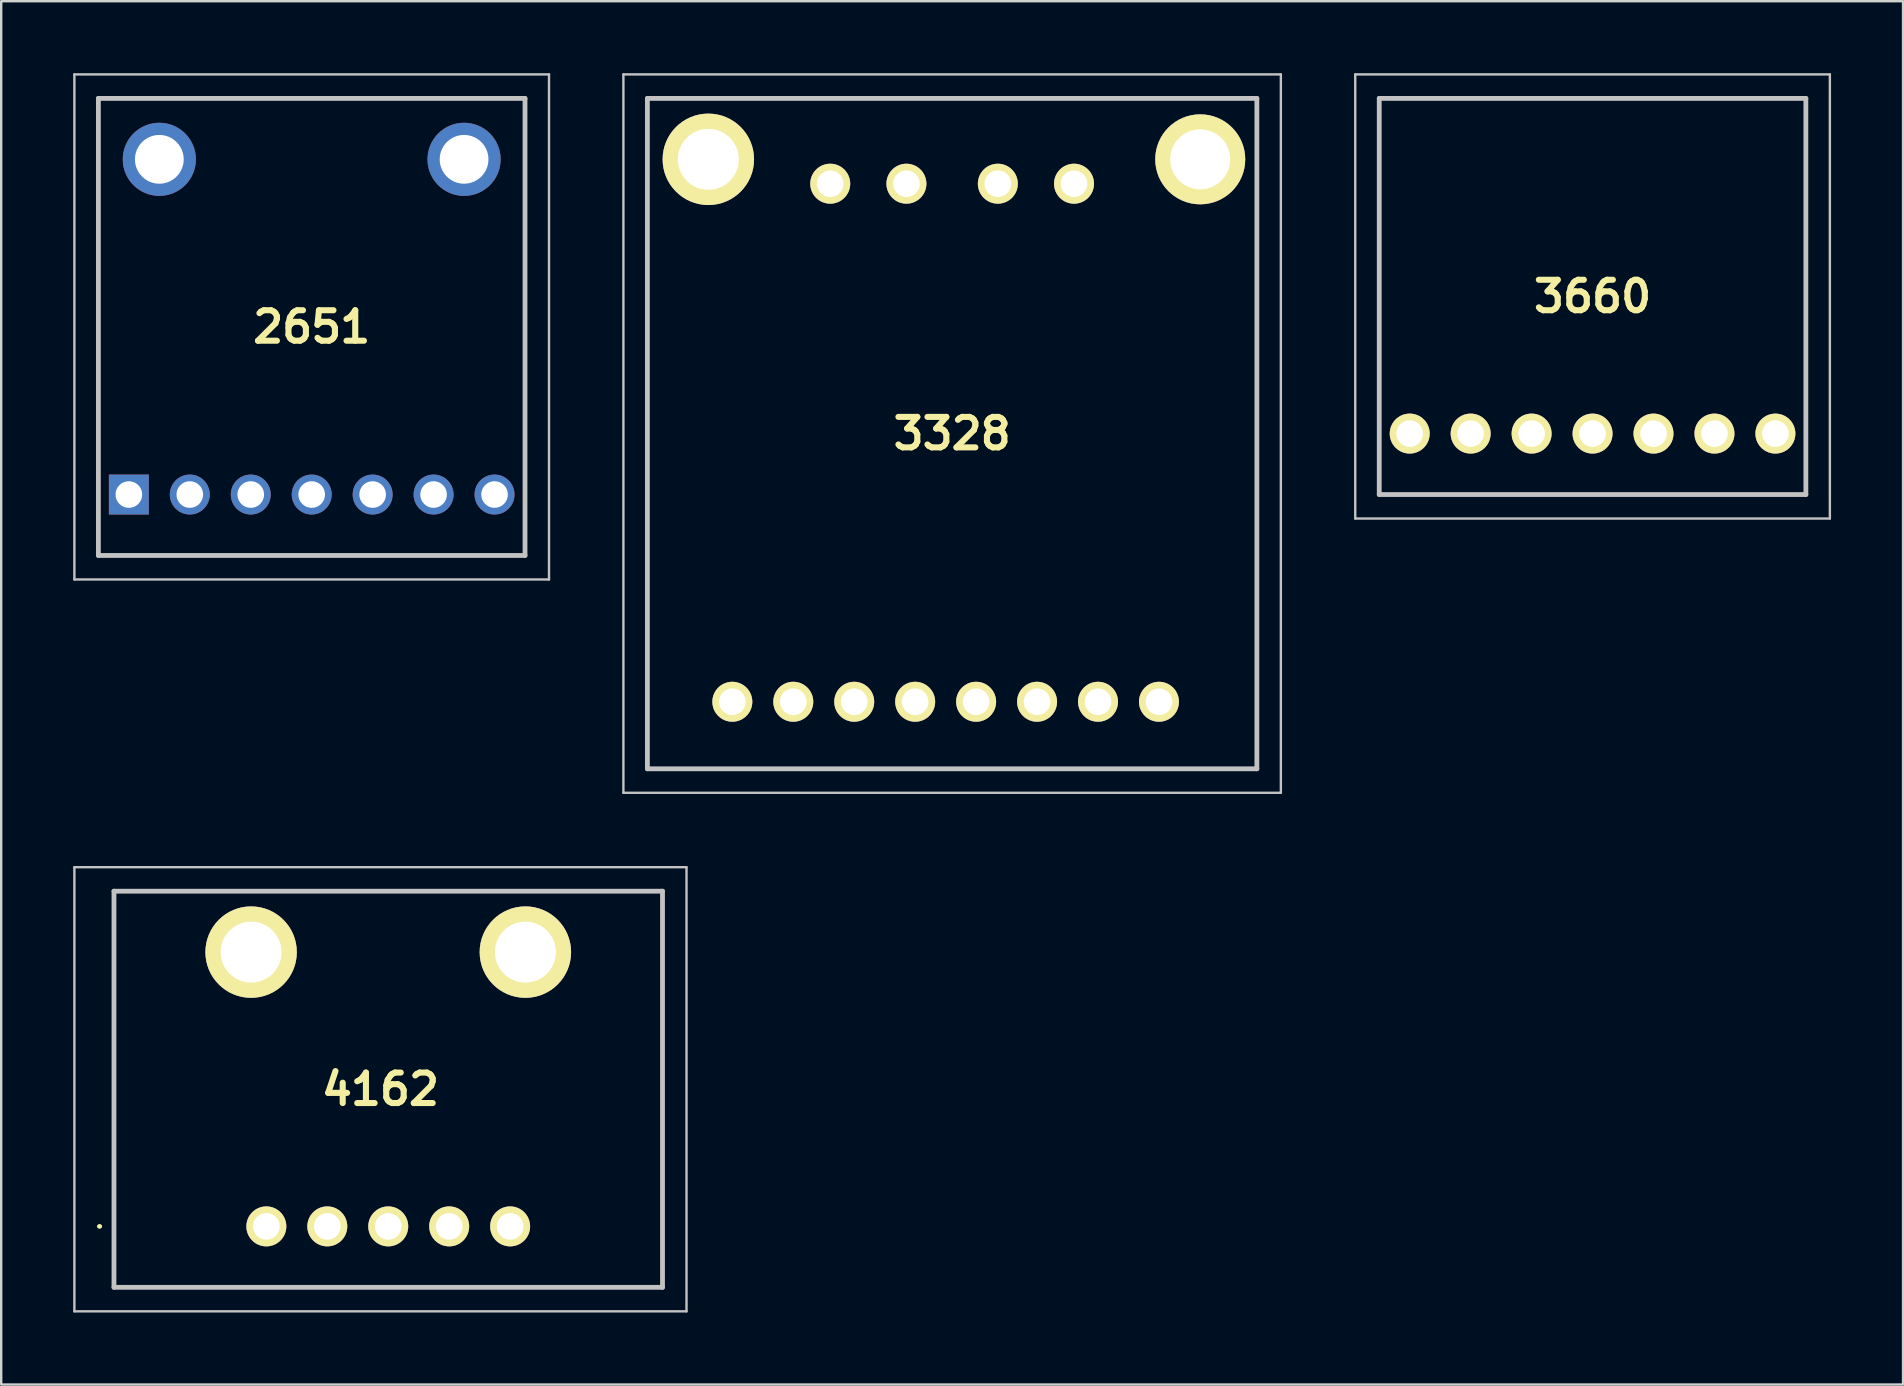
<source format=kicad_pcb>
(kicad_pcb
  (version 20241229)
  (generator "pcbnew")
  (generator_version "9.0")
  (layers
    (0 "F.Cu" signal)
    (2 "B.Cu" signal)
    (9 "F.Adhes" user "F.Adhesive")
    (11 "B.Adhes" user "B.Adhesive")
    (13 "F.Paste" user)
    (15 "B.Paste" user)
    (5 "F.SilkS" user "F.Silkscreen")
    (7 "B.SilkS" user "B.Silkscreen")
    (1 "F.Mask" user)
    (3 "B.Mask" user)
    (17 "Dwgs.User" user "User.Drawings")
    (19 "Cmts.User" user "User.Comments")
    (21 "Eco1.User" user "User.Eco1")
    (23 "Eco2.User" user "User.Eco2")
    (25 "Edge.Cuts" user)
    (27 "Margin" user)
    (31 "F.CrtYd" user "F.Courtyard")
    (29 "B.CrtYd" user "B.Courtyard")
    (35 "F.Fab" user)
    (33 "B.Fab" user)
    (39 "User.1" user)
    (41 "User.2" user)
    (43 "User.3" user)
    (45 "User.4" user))
  (footprint "3328"
    (layer "F.Cu")
    (at 27.47 26.196)
    (property "Reference" "3328" (at 9.16 -11.176 0) (layer "F.SilkS") (effects (font (size 1.27 1.27) (thickness 0.254))))
    (attr through_hole)
    (fp_line (start -3.54 -25.146) (end 21.86 -25.146) (stroke (width 0.1) (type solid)) (layer "F.SilkS"))
    (fp_line (start -3.54 2.794) (end -3.54 -25.146) (stroke (width 0.1) (type solid)) (layer "F.SilkS"))
    (fp_line (start 21.86 -25.146) (end 21.86 2.794) (stroke (width 0.1) (type solid)) (layer "F.SilkS"))
    (fp_line (start 21.86 2.794) (end -3.54 2.794) (stroke (width 0.1) (type solid)) (layer "F.SilkS"))
    (fp_line (start -4.54 -26.146) (end 22.86 -26.146) (stroke (width 0.1) (type solid)) (layer "Dwgs.User"))
    (fp_line (start -4.54 3.794) (end -4.54 -26.146) (stroke (width 0.1) (type solid)) (layer "Dwgs.User"))
    (fp_line (start -3.54 -25.146) (end -3.54 2.794) (stroke (width 0.2) (type solid)) (layer "Dwgs.User"))
    (fp_line (start -3.54 2.794) (end 21.86 2.794) (stroke (width 0.2) (type solid)) (layer "Dwgs.User"))
    (fp_line (start 21.86 -25.146) (end -3.54 -25.146) (stroke (width 0.2) (type solid)) (layer "Dwgs.User"))
    (fp_line (start 21.86 2.794) (end 21.86 -25.146) (stroke (width 0.2) (type solid)) (layer "Dwgs.User"))
    (fp_line (start 22.86 -26.146) (end 22.86 3.794) (stroke (width 0.1) (type solid)) (layer "Dwgs.User"))
    (fp_line (start 22.86 3.794) (end -4.54 3.794) (stroke (width 0.1) (type solid)) (layer "Dwgs.User"))
    (pad "1" thru_hole circle (at 0 0 90) (size 1.665 1.665) (drill 1.11) (layers "*.Cu" "*.Mask" "F.SilkS"))
    (pad "2" thru_hole circle (at 2.54 0 90) (size 1.665 1.665) (drill 1.11) (layers "*.Cu" "*.Mask" "F.SilkS"))
    (pad "3" thru_hole circle (at 5.08 0 90) (size 1.665 1.665) (drill 1.11) (layers "*.Cu" "*.Mask" "F.SilkS"))
    (pad "4" thru_hole circle (at 7.62 0 90) (size 1.665 1.665) (drill 1.11) (layers "*.Cu" "*.Mask" "F.SilkS"))
    (pad "5" thru_hole circle (at 10.16 0 90) (size 1.665 1.665) (drill 1.11) (layers "*.Cu" "*.Mask" "F.SilkS"))
    (pad "6" thru_hole circle (at 12.7 0 90) (size 1.665 1.665) (drill 1.11) (layers "*.Cu" "*.Mask" "F.SilkS"))
    (pad "7" thru_hole circle (at 15.24 0 90) (size 1.665 1.665) (drill 1.11) (layers "*.Cu" "*.Mask" "F.SilkS"))
    (pad "8" thru_hole circle (at 17.78 0 90) (size 1.665 1.665) (drill 1.11) (layers "*.Cu" "*.Mask" "F.SilkS"))
    (pad "9" thru_hole circle (at 4.08 -21.59 90) (size 1.665 1.665) (drill 1.11) (layers "*.Cu" "*.Mask" "F.SilkS"))
    (pad "10" thru_hole circle (at 7.255 -21.59 90) (size 1.665 1.665) (drill 1.11) (layers "*.Cu" "*.Mask" "F.SilkS"))
    (pad "11" thru_hole circle (at 11.065 -21.59 90) (size 1.665 1.665) (drill 1.11) (layers "*.Cu" "*.Mask" "F.SilkS"))
    (pad "12" thru_hole circle (at 14.24 -21.59 90) (size 1.665 1.665) (drill 1.11) (layers "*.Cu" "*.Mask" "F.SilkS"))
    (pad "MH1" thru_hole circle (at -1 -22.606 90) (size 3.81 3.81) (drill 2.54) (layers "*.Cu" "*.Mask" "F.SilkS"))
    (pad "MH2" thru_hole circle (at 19.5 -22.606 90) (size 3.75 3.75) (drill 2.5) (layers "*.Cu" "*.Mask" "F.SilkS")))
  (footprint "4162"
    (layer "F.Cu")
    (at 8.05 48.06)
    (property "Reference" "4162" (at 4.755 -5.715 0) (layer "F.SilkS") (effects (font (size 1.27 1.27) (thickness 0.254))))
    (attr through_hole)
    (fp_line (start -7 0) (end -7 0) (stroke (width 0.1) (type solid)) (layer "F.SilkS"))
    (fp_line (start -6.9 0) (end -6.9 0) (stroke (width 0.1) (type solid)) (layer "F.SilkS"))
    (fp_line (start -6.35 -13.97) (end 16.51 -13.97) (stroke (width 0.1) (type solid)) (layer "F.SilkS"))
    (fp_line (start -6.35 2.54) (end -6.35 -13.97) (stroke (width 0.1) (type solid)) (layer "F.SilkS"))
    (fp_line (start 16.51 -13.97) (end 16.51 2.54) (stroke (width 0.1) (type solid)) (layer "F.SilkS"))
    (fp_line (start 16.51 2.54) (end -6.35 2.54) (stroke (width 0.1) (type solid)) (layer "F.SilkS"))
    (fp_arc (start -7 0) (mid -6.95 -0.05) (end -6.9 0) (stroke (width 0.1) (type solid)) (layer "F.SilkS"))
    (fp_arc (start -6.9 0) (mid -6.95 0.05) (end -7 0) (stroke (width 0.1) (type solid)) (layer "F.SilkS"))
    (fp_line (start -8 -14.97) (end 17.51 -14.97) (stroke (width 0.1) (type solid)) (layer "Dwgs.User"))
    (fp_line (start -8 3.54) (end -8 -14.97) (stroke (width 0.1) (type solid)) (layer "Dwgs.User"))
    (fp_line (start -6.35 -13.97) (end 16.51 -13.97) (stroke (width 0.2) (type solid)) (layer "Dwgs.User"))
    (fp_line (start -6.35 2.54) (end -6.35 -13.97) (stroke (width 0.2) (type solid)) (layer "Dwgs.User"))
    (fp_line (start 16.51 -13.97) (end 16.51 2.54) (stroke (width 0.2) (type solid)) (layer "Dwgs.User"))
    (fp_line (start 16.51 2.54) (end -6.35 2.54) (stroke (width 0.2) (type solid)) (layer "Dwgs.User"))
    (fp_line (start 17.51 -14.97) (end 17.51 3.54) (stroke (width 0.1) (type solid)) (layer "Dwgs.User"))
    (fp_line (start 17.51 3.54) (end -8 3.54) (stroke (width 0.1) (type solid)) (layer "Dwgs.User"))
    (pad "1" thru_hole circle (at 0 0 90) (size 1.665 1.665) (drill 1.11) (layers "*.Cu" "*.Mask" "F.SilkS"))
    (pad "2" thru_hole circle (at 2.54 0 90) (size 1.665 1.665) (drill 1.11) (layers "*.Cu" "*.Mask" "F.SilkS"))
    (pad "3" thru_hole circle (at 5.08 0 90) (size 1.665 1.665) (drill 1.11) (layers "*.Cu" "*.Mask" "F.SilkS"))
    (pad "4" thru_hole circle (at 7.62 0 90) (size 1.665 1.665) (drill 1.11) (layers "*.Cu" "*.Mask" "F.SilkS"))
    (pad "5" thru_hole circle (at 10.16 0 90) (size 1.665 1.665) (drill 1.11) (layers "*.Cu" "*.Mask" "F.SilkS"))
    (pad "MH1" thru_hole circle (at -0.635 -11.43 90) (size 3.81 3.81) (drill 2.54) (layers "*.Cu" "*.Mask" "F.SilkS"))
    (pad "MH2" thru_hole circle (at 10.795 -11.43 90) (size 3.81 3.81) (drill 2.54) (layers "*.Cu" "*.Mask" "F.SilkS")))
  (footprint "2651"
    (layer "F.Cu")
    (at 2.32 17.56)
    (property "Reference" "2651" (at 7.62 -6.985 0) (layer "F.SilkS") (effects (font (size 1.27 1.27) (thickness 0.254))))
    (attr through_hole)
    (fp_line (start -1.27 -16.51) (end 16.51 -16.51) (stroke (width 0.1) (type solid)) (layer "F.SilkS"))
    (fp_line (start -1.27 2.54) (end -1.27 -16.51) (stroke (width 0.1) (type solid)) (layer "F.SilkS"))
    (fp_line (start 16.51 -16.51) (end 16.51 2.54) (stroke (width 0.1) (type solid)) (layer "F.SilkS"))
    (fp_line (start 16.51 2.54) (end -1.27 2.54) (stroke (width 0.1) (type solid)) (layer "F.SilkS"))
    (fp_line (start -2.27 -17.51) (end 17.51 -17.51) (stroke (width 0.1) (type solid)) (layer "Dwgs.User"))
    (fp_line (start -2.27 3.54) (end -2.27 -17.51) (stroke (width 0.1) (type solid)) (layer "Dwgs.User"))
    (fp_line (start -1.27 -16.51) (end 16.51 -16.51) (stroke (width 0.2) (type solid)) (layer "Dwgs.User"))
    (fp_line (start -1.27 2.54) (end -1.27 -16.51) (stroke (width 0.2) (type solid)) (layer "Dwgs.User"))
    (fp_line (start 16.51 -16.51) (end 16.51 2.54) (stroke (width 0.2) (type solid)) (layer "Dwgs.User"))
    (fp_line (start 16.51 2.54) (end -1.27 2.54) (stroke (width 0.2) (type solid)) (layer "Dwgs.User"))
    (fp_line (start 17.51 -17.51) (end 17.51 3.54) (stroke (width 0.1) (type solid)) (layer "Dwgs.User"))
    (fp_line (start 17.51 3.54) (end -2.27 3.54) (stroke (width 0.1) (type solid)) (layer "Dwgs.User"))
    (pad "1" thru_hole rect (at 0 0 90) (size 1.665 1.665) (drill 1.11) (layers "*.Cu" "*.Mask"))
    (pad "2" thru_hole circle (at 2.54 0 90) (size 1.665 1.665) (drill 1.11) (layers "*.Cu" "*.Mask"))
    (pad "3" thru_hole circle (at 5.08 0 90) (size 1.665 1.665) (drill 1.11) (layers "*.Cu" "*.Mask"))
    (pad "4" thru_hole circle (at 7.62 0 90) (size 1.665 1.665) (drill 1.11) (layers "*.Cu" "*.Mask"))
    (pad "5" thru_hole circle (at 10.16 0 90) (size 1.665 1.665) (drill 1.11) (layers "*.Cu" "*.Mask"))
    (pad "6" thru_hole circle (at 12.7 0 90) (size 1.665 1.665) (drill 1.11) (layers "*.Cu" "*.Mask"))
    (pad "7" thru_hole circle (at 15.24 0 90) (size 1.665 1.665) (drill 1.11) (layers "*.Cu" "*.Mask"))
    (pad "MH1" thru_hole circle (at 1.27 -13.97 90) (size 3.048 3.048) (drill 2.032) (layers "*.Cu" "*.Mask"))
    (pad "MH2" thru_hole circle (at 13.97 -13.97 90) (size 3.048 3.048) (drill 2.032) (layers "*.Cu" "*.Mask")))
  (footprint "3660"
    (layer "F.Cu")
    (at 55.7 15.02)
    (property "Reference" "3660" (at 7.62 -5.715 0) (layer "F.SilkS") (effects (font (size 1.27 1.27) (thickness 0.254))))
    (attr through_hole)
    (fp_line (start -1.27 -13.97) (end 16.51 -13.97) (stroke (width 0.1) (type solid)) (layer "F.SilkS"))
    (fp_line (start -1.27 2.54) (end -1.27 -13.97) (stroke (width 0.1) (type solid)) (layer "F.SilkS"))
    (fp_line (start 16.51 -13.97) (end 16.51 2.54) (stroke (width 0.1) (type solid)) (layer "F.SilkS"))
    (fp_line (start 16.51 2.54) (end -1.27 2.54) (stroke (width 0.1) (type solid)) (layer "F.SilkS"))
    (fp_line (start -2.27 -14.97) (end 17.51 -14.97) (stroke (width 0.1) (type solid)) (layer "Dwgs.User"))
    (fp_line (start -2.27 3.54) (end -2.27 -14.97) (stroke (width 0.1) (type solid)) (layer "Dwgs.User"))
    (fp_line (start -1.27 -13.97) (end 16.51 -13.97) (stroke (width 0.2) (type solid)) (layer "Dwgs.User"))
    (fp_line (start -1.27 2.54) (end -1.27 -13.97) (stroke (width 0.2) (type solid)) (layer "Dwgs.User"))
    (fp_line (start 16.51 -13.97) (end 16.51 2.54) (stroke (width 0.2) (type solid)) (layer "Dwgs.User"))
    (fp_line (start 16.51 2.54) (end -1.27 2.54) (stroke (width 0.2) (type solid)) (layer "Dwgs.User"))
    (fp_line (start 17.51 -14.97) (end 17.51 3.54) (stroke (width 0.1) (type solid)) (layer "Dwgs.User"))
    (fp_line (start 17.51 3.54) (end -2.27 3.54) (stroke (width 0.1) (type solid)) (layer "Dwgs.User"))
    (pad "1" thru_hole circle (at 0 0 90) (size 1.665 1.665) (drill 1.11) (layers "*.Cu" "*.Mask" "F.SilkS"))
    (pad "2" thru_hole circle (at 2.54 0 90) (size 1.665 1.665) (drill 1.11) (layers "*.Cu" "*.Mask" "F.SilkS"))
    (pad "3" thru_hole circle (at 5.08 0 90) (size 1.665 1.665) (drill 1.11) (layers "*.Cu" "*.Mask" "F.SilkS"))
    (pad "4" thru_hole circle (at 7.62 0 90) (size 1.665 1.665) (drill 1.11) (layers "*.Cu" "*.Mask" "F.SilkS"))
    (pad "5" thru_hole circle (at 10.16 0 90) (size 1.665 1.665) (drill 1.11) (layers "*.Cu" "*.Mask" "F.SilkS"))
    (pad "6" thru_hole circle (at 12.7 0 90) (size 1.665 1.665) (drill 1.11) (layers "*.Cu" "*.Mask" "F.SilkS"))
    (pad "7" thru_hole circle (at 15.24 0 90) (size 1.665 1.665) (drill 1.11) (layers "*.Cu" "*.Mask" "F.SilkS")))
  (gr_rect
    (start -3 -3)
    (end 76.26 54.65)
    (stroke (width 0.1) (type default))
    (fill no)
    (layer "Edge.Cuts")))
</source>
